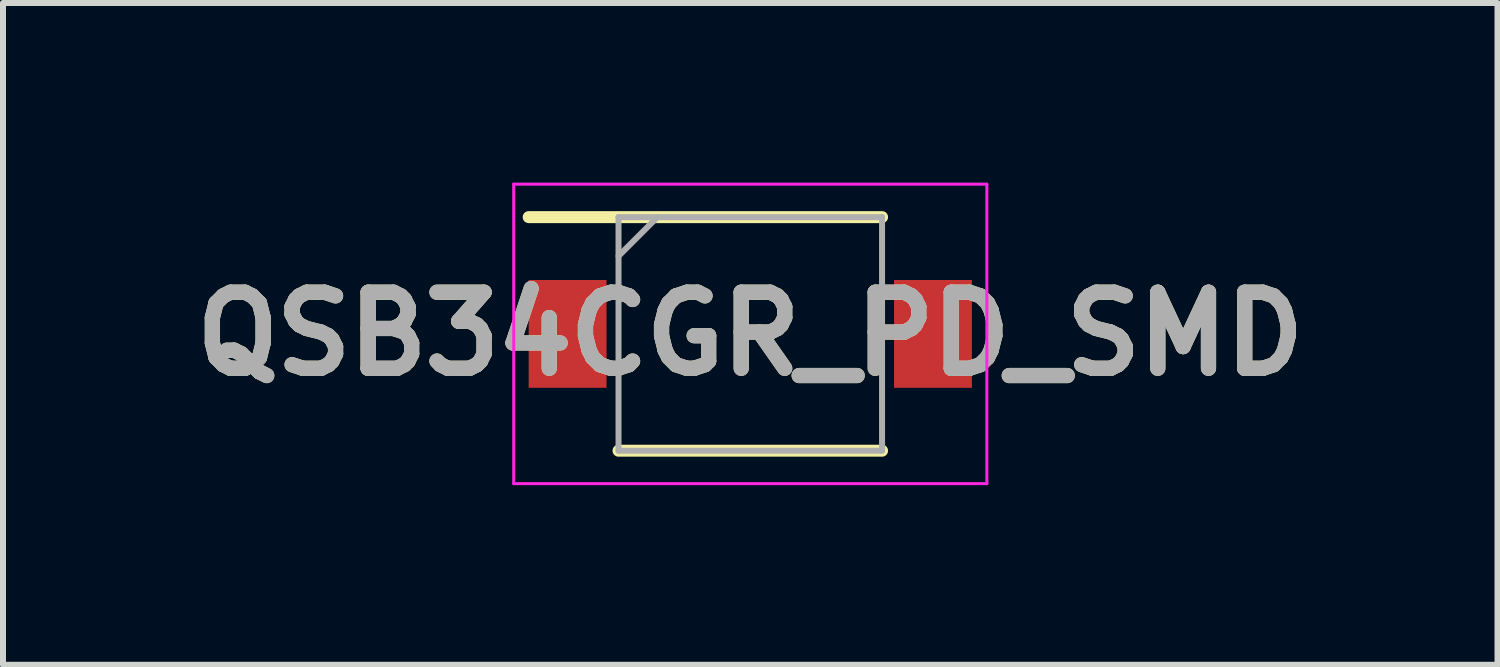
<source format=kicad_pcb>
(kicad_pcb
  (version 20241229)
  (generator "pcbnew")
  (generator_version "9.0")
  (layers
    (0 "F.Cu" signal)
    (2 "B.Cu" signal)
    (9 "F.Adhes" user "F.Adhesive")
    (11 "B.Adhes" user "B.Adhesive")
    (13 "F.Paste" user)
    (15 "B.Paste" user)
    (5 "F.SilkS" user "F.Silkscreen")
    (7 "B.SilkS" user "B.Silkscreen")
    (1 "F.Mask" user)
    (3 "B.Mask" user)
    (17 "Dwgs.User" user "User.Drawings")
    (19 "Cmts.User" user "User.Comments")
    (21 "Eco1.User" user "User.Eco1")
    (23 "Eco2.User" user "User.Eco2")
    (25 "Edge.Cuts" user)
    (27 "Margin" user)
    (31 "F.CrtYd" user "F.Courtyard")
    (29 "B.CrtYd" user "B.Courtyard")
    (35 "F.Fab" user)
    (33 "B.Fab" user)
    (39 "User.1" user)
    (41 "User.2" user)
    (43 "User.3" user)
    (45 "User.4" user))
  (footprint "QSB34CGR_PD_SMD"
    (layer "F.Cu")
    (at 9.477 2.525)
    (property "Reference" "QSB34CGR_PD_SMD" (at 0 0 0) (layer "F.SilkS") (effects (font (size 1.27 1.27) (thickness 0.254))))
    (attr smd)
    (fp_line (start -3.7 -1.95) (end 2.2 -1.95) (stroke (width 0.2) (type solid)) (layer "F.SilkS"))
    (fp_line (start -2.2 1.95) (end 2.2 1.95) (stroke (width 0.2) (type solid)) (layer "F.SilkS"))
    (fp_line (start -3.95 -2.5) (end 3.95 -2.5) (stroke (width 0.05) (type solid)) (layer "F.CrtYd"))
    (fp_line (start -3.95 2.5) (end -3.95 -2.5) (stroke (width 0.05) (type solid)) (layer "F.CrtYd"))
    (fp_line (start 3.95 -2.5) (end 3.95 2.5) (stroke (width 0.05) (type solid)) (layer "F.CrtYd"))
    (fp_line (start 3.95 2.5) (end -3.95 2.5) (stroke (width 0.05) (type solid)) (layer "F.CrtYd"))
    (fp_line (start -2.2 -1.95) (end 2.2 -1.95) (stroke (width 0.1) (type solid)) (layer "F.Fab"))
    (fp_line (start -2.2 -1.3) (end -1.55 -1.95) (stroke (width 0.1) (type solid)) (layer "F.Fab"))
    (fp_line (start -2.2 1.95) (end -2.2 -1.95) (stroke (width 0.1) (type solid)) (layer "F.Fab"))
    (fp_line (start 2.2 -1.95) (end 2.2 1.95) (stroke (width 0.1) (type solid)) (layer "F.Fab"))
    (fp_line (start 2.2 1.95) (end -2.2 1.95) (stroke (width 0.1) (type solid)) (layer "F.Fab"))
    (fp_text user "${REFERENCE}" (at 0 0 0) (layer "F.Fab") (effects (font (size 1.27 1.27) (thickness 0.254))))
    (pad "1" smd rect (at -3.05 0 90) (size 1.8 1.3) (layers "F.Cu" "F.Mask" "F.Paste"))
    (pad "2" smd rect (at 3.05 0 90) (size 1.8 1.3) (layers "F.Cu" "F.Mask" "F.Paste")))
  (gr_rect
    (start -3 -3)
    (end 21.953 8.05)
    (stroke (width 0.1) (type default))
    (fill no)
    (layer "Edge.Cuts")))
</source>
